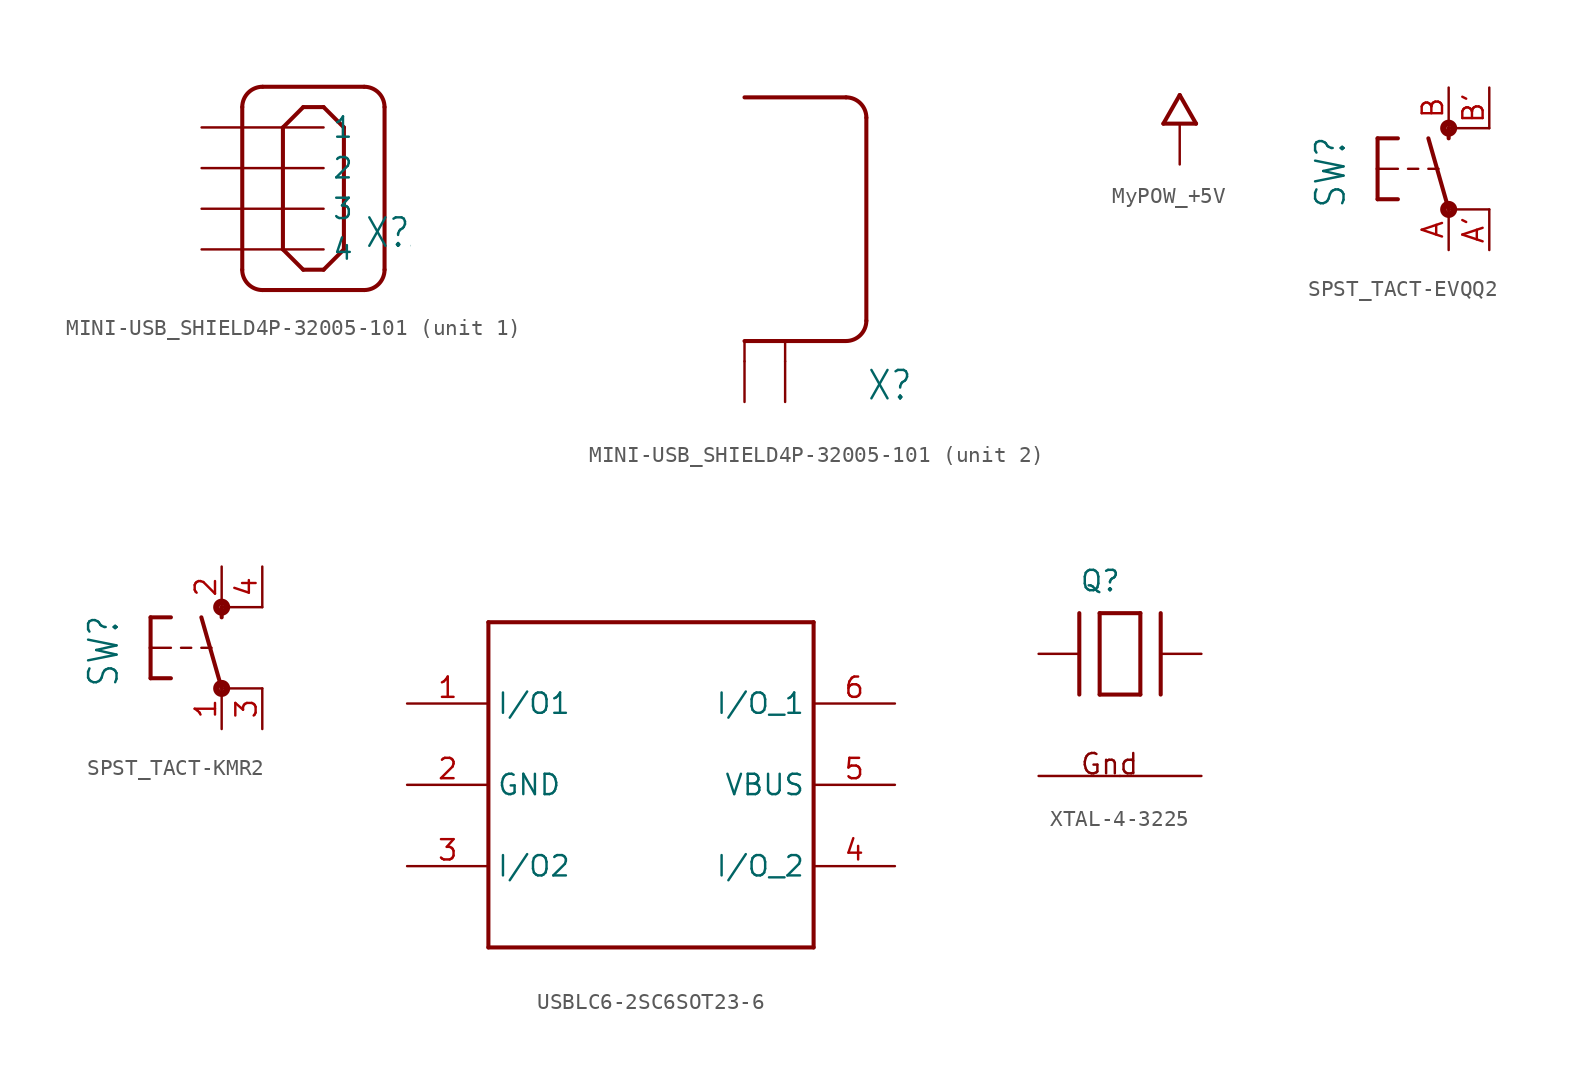
<source format=kicad_sym>
(kicad_symbol_lib
  (version 20231120)
  (generator "kicad_symbol_editor")
  (generator_version "8.0")
  (symbol "MINI-USB_SHIELD4P-32005-101"
    (property "Reference" "X"
      (at 5.08 -2.54 0)
      (effects (font (size 1.778 1.511)) (justify left bottom)))
    (property "ki_locked" ""
      (at 0 0 0)
      (effects (font (size 1.27 1.27))))
    (symbol "MINI-USB_SHIELD4P-32005-101_1_0"
      (arc (start -2.54 -3.81) (mid -2.168 -4.708) (end -1.27 -5.08) (stroke (width 0.254) (type solid)) (fill (type none)))
      (arc (start -1.27 7.62) (mid -2.168 7.248) (end -2.54 6.35) (stroke (width 0.254) (type solid)) (fill (type none)))
      (polyline (pts (xy -2.54 6.35) (xy -2.54 -3.81)) (stroke (width 0.254) (type solid)) (fill (type none)))
      (polyline (pts (xy -1.27 -5.08) (xy 5.08 -5.08)) (stroke (width 0.254) (type solid)) (fill (type none)))
      (polyline (pts (xy -1.27 7.62) (xy 5.08 7.62)) (stroke (width 0.254) (type solid)) (fill (type none)))
      (polyline (pts (xy 0 -2.54) (xy 1.27 -3.81)) (stroke (width 0.254) (type solid)) (fill (type none)))
      (polyline (pts (xy 0 5.08) (xy 0 -2.54)) (stroke (width 0.254) (type solid)) (fill (type none)))
      (polyline (pts (xy 1.27 -3.81) (xy 2.54 -3.81)) (stroke (width 0.254) (type solid)) (fill (type none)))
      (polyline (pts (xy 1.27 6.35) (xy 0 5.08)) (stroke (width 0.254) (type solid)) (fill (type none)))
      (polyline (pts (xy 2.54 -3.81) (xy 3.81 -2.54)) (stroke (width 0.254) (type solid)) (fill (type none)))
      (polyline (pts (xy 2.54 6.35) (xy 1.27 6.35)) (stroke (width 0.254) (type solid)) (fill (type none)))
      (polyline (pts (xy 2.54 6.35) (xy 3.81 5.08)) (stroke (width 0.254) (type solid)) (fill (type none)))
      (polyline (pts (xy 3.81 -2.54) (xy 3.81 5.08)) (stroke (width 0.254) (type solid)) (fill (type none)))
      (polyline (pts (xy 6.35 -3.81) (xy 6.35 6.35)) (stroke (width 0.254) (type solid)) (fill (type none)))
      (arc (start 5.08 -5.08) (mid 5.978 -4.708) (end 6.35 -3.81) (stroke (width 0.254) (type solid)) (fill (type none)))
      (arc (start 6.35 6.35) (mid 5.978 7.248) (end 5.08 7.62) (stroke (width 0.254) (type solid)) (fill (type none)))
      (pin passive line (at -5.08 5.08 0) (length 7.62) (name "1" (effects (font (size 1.27 1.27)))) (number "1" (effects (font (size 0 0)))))
      (pin passive line (at -5.08 2.54 0) (length 7.62) (name "2" (effects (font (size 1.27 1.27)))) (number "2" (effects (font (size 0 0)))))
      (pin passive line (at -5.08 0 0) (length 7.62) (name "3" (effects (font (size 1.27 1.27)))) (number "3" (effects (font (size 0 0)))))
      (pin passive line (at -5.08 -2.54 0) (length 7.62) (name "4" (effects (font (size 1.27 1.27)))) (number "4" (effects (font (size 0 0))))))
    (symbol "MINI-USB_SHIELD4P-32005-101_2_0"
      (polyline (pts (xy -2.54 0) (xy -2.54 1.27)) (stroke (width 0.152) (type solid)) (fill (type none)))
      (polyline (pts (xy -2.54 1.27) (xy 0 1.27)) (stroke (width 0.254) (type solid)) (fill (type none)))
      (polyline (pts (xy -2.54 16.51) (xy 3.81 16.51)) (stroke (width 0.254) (type solid)) (fill (type none)))
      (polyline (pts (xy 0 0) (xy 0 1.27)) (stroke (width 0.152) (type solid)) (fill (type none)))
      (polyline (pts (xy 0 1.27) (xy 3.81 1.27)) (stroke (width 0.254) (type solid)) (fill (type none)))
      (polyline (pts (xy 5.08 2.54) (xy 5.08 15.24)) (stroke (width 0.254) (type solid)) (fill (type none)))
      (arc (start 3.81 1.27) (mid 4.708 1.642) (end 5.08 2.54) (stroke (width 0.254) (type solid)) (fill (type none)))
      (arc (start 5.08 15.24) (mid 4.708 16.138) (end 3.81 16.51) (stroke (width 0.254) (type solid)) (fill (type none)))
      (pin passive line (at -2.54 -2.54 90) (length 2.54) (name "S1" (effects (font (size 0 0)))) (number "M1" (effects (font (size 0 0)))))
      (pin passive line (at 0 -2.54 90) (length 2.54) (name "S2" (effects (font (size 0 0)))) (number "M2" (effects (font (size 0 0)))))))
  (symbol "MyPOW_+5V"
    (power)
    (property "Reference" ""
      (at 0 0 0)
      (effects (font (size 1.27 1.27)) (hide yes)))
    (property "Value" ""
      (at -2.54 2.54 0)
      (effects (font (size 1.778 1.511)) (justify left bottom)))
    (property "ki_locked" ""
      (at 0 0 0)
      (effects (font (size 1.27 1.27))))
    (symbol "MyPOW_+5V_1_0"
      (polyline (pts (xy -1.016 0) (xy 1.016 0)) (stroke (width 0.254) (type solid)) (fill (type none)))
      (polyline (pts (xy 0 1.778) (xy -1.016 0)) (stroke (width 0.254) (type solid)) (fill (type none)))
      (polyline (pts (xy 1.016 0) (xy 0 1.778)) (stroke (width 0.254) (type solid)) (fill (type none)))
      (pin power_in line (at 0 -2.54 90) (length 2.54) (name "+5V" (effects (font (size 0 0)))) (number "1" (effects (font (size 0 0)))))))
  (symbol "SPST_TACT-EVQQ2"
    (property "Reference" "SW"
      (at -6.35 -2.54 90)
      (effects (font (size 1.778 1.511)) (justify left bottom)))
    (property "Value" ""
      (at -3.81 3.175 90)
      (effects (font (size 1.778 1.511)) (justify left bottom)))
    (property "ki_locked" ""
      (at 0 0 0)
      (effects (font (size 1.27 1.27))))
    (symbol "SPST_TACT-EVQQ2_1_0"
      (circle (center 0 -2.54) (radius 0.127) (stroke (width 0.406) (type solid)) (fill (type none)))
      (polyline (pts (xy -4.445 -1.905) (xy -3.175 -1.905)) (stroke (width 0.254) (type solid)) (fill (type none)))
      (polyline (pts (xy -4.445 0) (xy -4.445 -1.905)) (stroke (width 0.254) (type solid)) (fill (type none)))
      (polyline (pts (xy -4.445 0) (xy -3.175 0)) (stroke (width 0.152) (type solid)) (fill (type none)))
      (polyline (pts (xy -4.445 1.905) (xy -4.445 0)) (stroke (width 0.254) (type solid)) (fill (type none)))
      (polyline (pts (xy -4.445 1.905) (xy -3.175 1.905)) (stroke (width 0.254) (type solid)) (fill (type none)))
      (polyline (pts (xy -2.54 0) (xy -1.905 0)) (stroke (width 0.152) (type solid)) (fill (type none)))
      (polyline (pts (xy -1.27 0) (xy -0.635 0)) (stroke (width 0.152) (type solid)) (fill (type none)))
      (polyline (pts (xy 0 -2.54) (xy -1.27 1.905)) (stroke (width 0.254) (type solid)) (fill (type none)))
      (polyline (pts (xy 0 1.905) (xy 0 2.54)) (stroke (width 0.254) (type solid)) (fill (type none)))
      (polyline (pts (xy 2.54 -2.54) (xy 0 -2.54)) (stroke (width 0.152) (type solid)) (fill (type none)))
      (polyline (pts (xy 2.54 2.54) (xy 0 2.54)) (stroke (width 0.152) (type solid)) (fill (type none)))
      (circle (center 0 2.54) (radius 0.127) (stroke (width 0.406) (type solid)) (fill (type none)))
      (pin passive line (at 0 -5.08 90) (length 2.54) (name "P" (effects (font (size 0 0)))) (number "A" (effects (font (size 1.27 1.27)))))
      (pin passive line (at 2.54 -5.08 90) (length 2.54) (name "P1" (effects (font (size 0 0)))) (number "A'" (effects (font (size 1.27 1.27)))))
      (pin passive line (at 0 5.08 270) (length 2.54) (name "S" (effects (font (size 0 0)))) (number "B" (effects (font (size 1.27 1.27)))))
      (pin passive line (at 2.54 5.08 270) (length 2.54) (name "S1" (effects (font (size 0 0)))) (number "B'" (effects (font (size 1.27 1.27)))))))
  (symbol "SPST_TACT-KMR2"
    (property "Reference" "SW"
      (at -6.35 -2.54 90)
      (effects (font (size 1.778 1.511)) (justify left bottom)))
    (property "Value" ""
      (at -3.81 3.175 90)
      (effects (font (size 1.778 1.511)) (justify left bottom)))
    (property "ki_locked" ""
      (at 0 0 0)
      (effects (font (size 1.27 1.27))))
    (symbol "SPST_TACT-KMR2_1_0"
      (circle (center 0 -2.54) (radius 0.127) (stroke (width 0.406) (type solid)) (fill (type none)))
      (polyline (pts (xy -4.445 -1.905) (xy -3.175 -1.905)) (stroke (width 0.254) (type solid)) (fill (type none)))
      (polyline (pts (xy -4.445 0) (xy -4.445 -1.905)) (stroke (width 0.254) (type solid)) (fill (type none)))
      (polyline (pts (xy -4.445 0) (xy -3.175 0)) (stroke (width 0.152) (type solid)) (fill (type none)))
      (polyline (pts (xy -4.445 1.905) (xy -4.445 0)) (stroke (width 0.254) (type solid)) (fill (type none)))
      (polyline (pts (xy -4.445 1.905) (xy -3.175 1.905)) (stroke (width 0.254) (type solid)) (fill (type none)))
      (polyline (pts (xy -2.54 0) (xy -1.905 0)) (stroke (width 0.152) (type solid)) (fill (type none)))
      (polyline (pts (xy -1.27 0) (xy -0.635 0)) (stroke (width 0.152) (type solid)) (fill (type none)))
      (polyline (pts (xy 0 -2.54) (xy -1.27 1.905)) (stroke (width 0.254) (type solid)) (fill (type none)))
      (polyline (pts (xy 0 1.905) (xy 0 2.54)) (stroke (width 0.254) (type solid)) (fill (type none)))
      (polyline (pts (xy 2.54 -2.54) (xy 0 -2.54)) (stroke (width 0.152) (type solid)) (fill (type none)))
      (polyline (pts (xy 2.54 2.54) (xy 0 2.54)) (stroke (width 0.152) (type solid)) (fill (type none)))
      (circle (center 0 2.54) (radius 0.127) (stroke (width 0.406) (type solid)) (fill (type none)))
      (pin passive line (at 0 -5.08 90) (length 2.54) (name "P" (effects (font (size 0 0)))) (number "1" (effects (font (size 1.27 1.27)))))
      (pin passive line (at 0 5.08 270) (length 2.54) (name "S" (effects (font (size 0 0)))) (number "2" (effects (font (size 1.27 1.27)))))
      (pin passive line (at 2.54 -5.08 90) (length 2.54) (name "P1" (effects (font (size 0 0)))) (number "3" (effects (font (size 1.27 1.27)))))
      (pin passive line (at 2.54 5.08 270) (length 2.54) (name "S1" (effects (font (size 0 0)))) (number "4" (effects (font (size 1.27 1.27)))))))
  (symbol "USBLC6-2SC6SOT23-6"
    (property "Reference" ""
      (at 10.16 10.16 0)
      (effects (font (size 1.778 1.511)) (justify right top) (hide yes)))
    (property "Value" ""
      (at 10.16 7.62 0)
      (effects (font (size 1.778 1.511)) (justify right top)))
    (property "ki_locked" ""
      (at 0 0 0)
      (effects (font (size 1.27 1.27))))
    (symbol "USBLC6-2SC6SOT23-6_1_0"
      (polyline (pts (xy -10.16 -15.24) (xy 10.16 -15.24)) (stroke (width 0.254) (type solid)) (fill (type none)))
      (polyline (pts (xy -10.16 5.08) (xy -10.16 -15.24)) (stroke (width 0.254) (type solid)) (fill (type none)))
      (polyline (pts (xy 10.16 -15.24) (xy 10.16 5.08)) (stroke (width 0.254) (type solid)) (fill (type none)))
      (polyline (pts (xy 10.16 5.08) (xy -10.16 5.08)) (stroke (width 0.254) (type solid)) (fill (type none)))
      (pin bidirectional line (at -15.24 0 0) (length 5.08) (name "I/O1" (effects (font (size 1.27 1.27)))) (number "1" (effects (font (size 1.27 1.27)))))
      (pin power_in line (at -15.24 -5.08 0) (length 5.08) (name "GND" (effects (font (size 1.27 1.27)))) (number "2" (effects (font (size 1.27 1.27)))))
      (pin bidirectional line (at -15.24 -10.16 0) (length 5.08) (name "I/O2" (effects (font (size 1.27 1.27)))) (number "3" (effects (font (size 1.27 1.27)))))
      (pin bidirectional line (at 15.24 -10.16 180) (length 5.08) (name "I/O_2" (effects (font (size 1.27 1.27)))) (number "4" (effects (font (size 1.27 1.27)))))
      (pin power_in line (at 15.24 -5.08 180) (length 5.08) (name "VBUS" (effects (font (size 1.27 1.27)))) (number "5" (effects (font (size 1.27 1.27)))))
      (pin bidirectional line (at 15.24 0 180) (length 5.08) (name "I/O_1" (effects (font (size 1.27 1.27)))) (number "6" (effects (font (size 1.27 1.27)))))))
  (symbol "XTAL-4-3225"
    (property "Reference" "Q"
      (at -2.54 3.81 0)
      (effects (font (size 1.27 1.27)) (justify left bottom)))
    (property "Value" ""
      (at -3.81 -5.08 0)
      (effects (font (size 1.27 1.27)) (justify left bottom)))
    (property "ki_locked" ""
      (at 0 0 0)
      (effects (font (size 1.27 1.27))))
    (symbol "XTAL-4-3225_1_0"
      (polyline (pts (xy -2.54 2.54) (xy -2.54 -2.54)) (stroke (width 0.254) (type solid)) (fill (type none)))
      (polyline (pts (xy -1.27 -2.54) (xy 1.27 -2.54)) (stroke (width 0.254) (type solid)) (fill (type none)))
      (polyline (pts (xy -1.27 2.54) (xy -1.27 -2.54)) (stroke (width 0.254) (type solid)) (fill (type none)))
      (polyline (pts (xy 1.27 -2.54) (xy 1.27 2.54)) (stroke (width 0.254) (type solid)) (fill (type none)))
      (polyline (pts (xy 1.27 2.54) (xy -1.27 2.54)) (stroke (width 0.254) (type solid)) (fill (type none)))
      (polyline (pts (xy 2.54 2.54) (xy 2.54 -2.54)) (stroke (width 0.254) (type solid)) (fill (type none)))
      (text "Gnd" (at -2.54 -7.62 0) (effects (font (size 1.27 1.27)) (justify left bottom)))
      (pin bidirectional line (at -5.08 0 0) (length 2.54) (name "X1" (effects (font (size 0 0)))) (number "1" (effects (font (size 0 0)))))
      (pin power_in line (at 5.08 -7.62 180) (length 5.08) (name "G2" (effects (font (size 0 0)))) (number "2" (effects (font (size 0 0)))))
      (pin bidirectional line (at 5.08 0 180) (length 2.54) (name "X2" (effects (font (size 0 0)))) (number "3" (effects (font (size 0 0)))))
      (pin power_in line (at -5.08 -7.62 0) (length 5.08) (name "G1" (effects (font (size 0 0)))) (number "4" (effects (font (size 0 0))))))))
</source>
